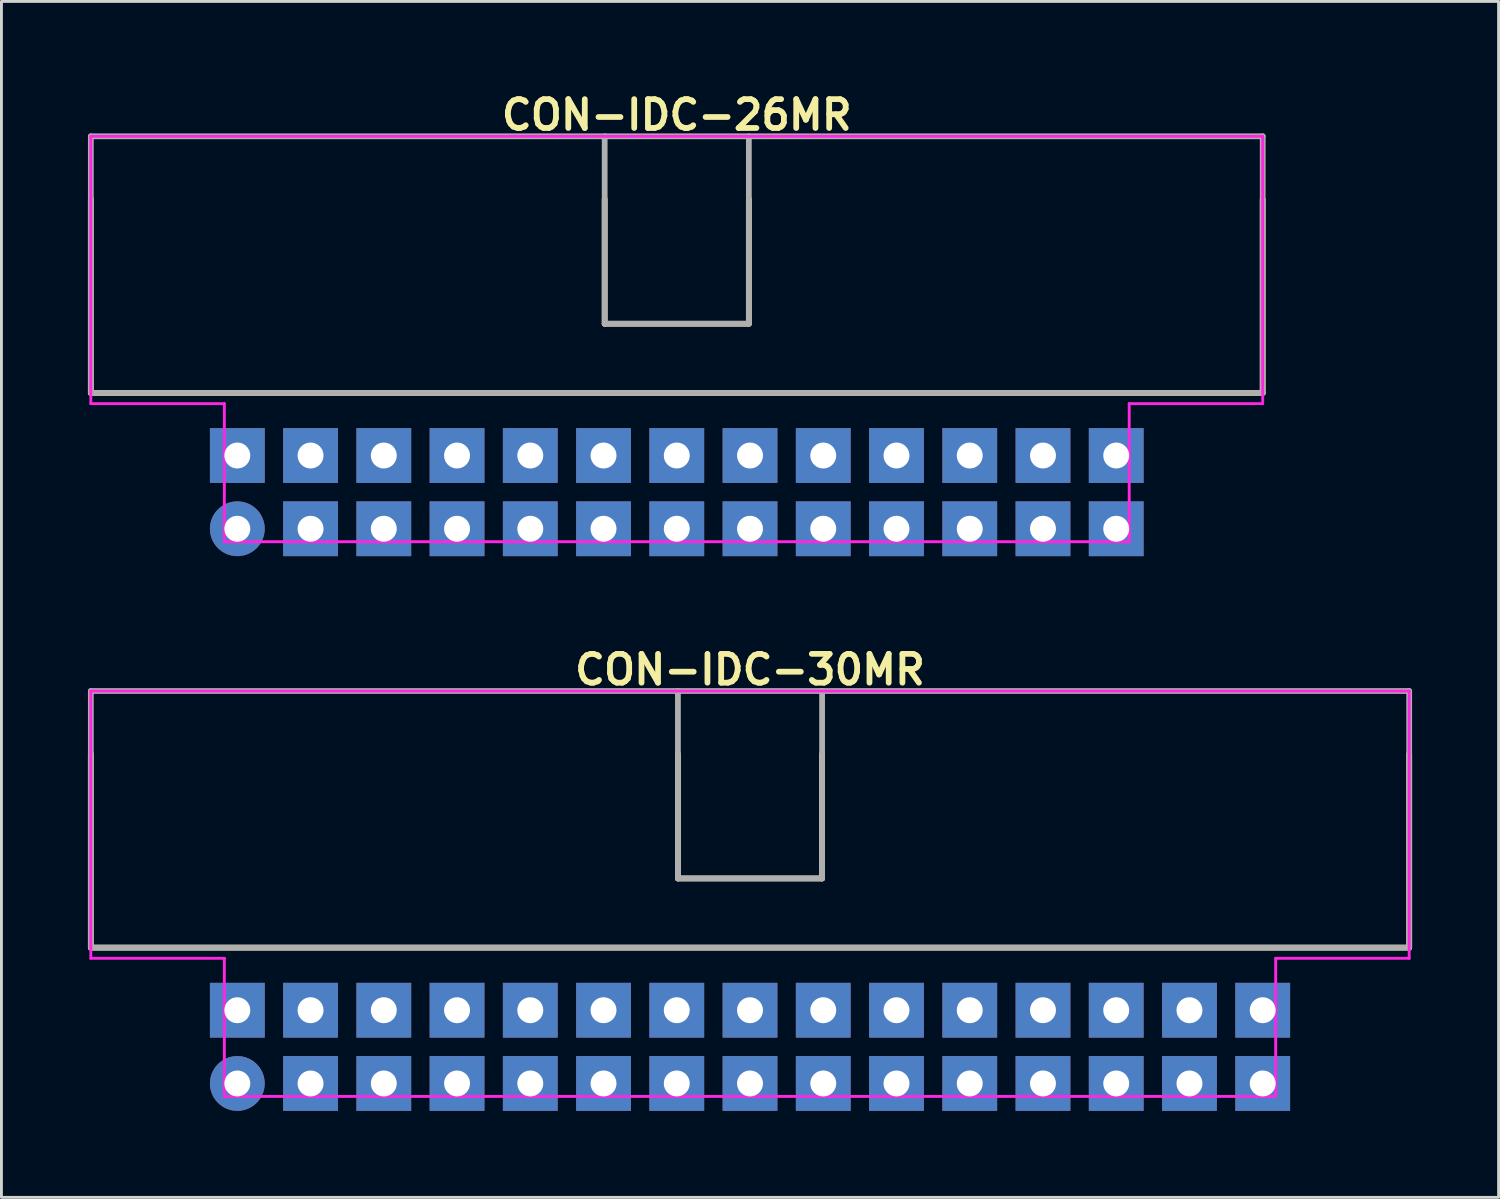
<source format=kicad_pcb>
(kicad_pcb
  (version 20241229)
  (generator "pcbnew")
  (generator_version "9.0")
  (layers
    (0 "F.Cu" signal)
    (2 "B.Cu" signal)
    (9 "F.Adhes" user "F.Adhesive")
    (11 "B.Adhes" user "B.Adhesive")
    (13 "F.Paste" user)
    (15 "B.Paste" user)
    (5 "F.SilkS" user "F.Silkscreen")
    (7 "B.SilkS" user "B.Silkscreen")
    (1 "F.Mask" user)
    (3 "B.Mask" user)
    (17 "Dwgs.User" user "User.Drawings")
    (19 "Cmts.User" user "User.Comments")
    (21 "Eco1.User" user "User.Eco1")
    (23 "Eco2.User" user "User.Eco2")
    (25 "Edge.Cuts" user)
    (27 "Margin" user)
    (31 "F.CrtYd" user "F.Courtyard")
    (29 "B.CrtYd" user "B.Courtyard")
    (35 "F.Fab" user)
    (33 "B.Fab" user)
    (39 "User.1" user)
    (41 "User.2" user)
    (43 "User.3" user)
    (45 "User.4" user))
  (footprint "CON-IDC-26MR"
    (layer "F.Cu")
    (at 20.42 14.017)
    (property "Reference" "CON-IDC-26MR" (at 0 -13.081 0) (layer "F.SilkS") (effects (font (size 1 1) (thickness 0.2))))
    (attr through_hole)
    (fp_line (start -20.32 -10.16) (end -20.32 -3.44) (stroke (width 0.2) (type solid)) (layer "F.SilkS"))
    (fp_line (start -20.32 -3.44) (end 20.32 -3.44) (stroke (width 0.2) (type solid)) (layer "F.SilkS"))
    (fp_line (start -2.5 -10.16) (end -2.5 -5.84) (stroke (width 0.2) (type solid)) (layer "F.SilkS"))
    (fp_line (start -2.5 -5.84) (end 2.5 -5.84) (stroke (width 0.2) (type solid)) (layer "F.SilkS"))
    (fp_line (start 2.5 -10.16) (end 2.5 -5.84) (stroke (width 0.2) (type solid)) (layer "F.SilkS"))
    (fp_line (start 20.32 -10.16) (end 20.32 -3.44) (stroke (width 0.2) (type solid)) (layer "F.SilkS"))
    (fp_line (start -20.32 -12.34) (end -20.32 -3.07) (stroke (width 0.1) (type solid)) (layer "F.CrtYd"))
    (fp_line (start -20.32 -12.34) (end 20.32 -12.34) (stroke (width 0.1) (type solid)) (layer "F.CrtYd"))
    (fp_line (start -20.32 -3.07) (end -15.69 -3.07) (stroke (width 0.1) (type solid)) (layer "F.CrtYd"))
    (fp_line (start -15.69 -3.07) (end -15.69 1.72) (stroke (width 0.1) (type solid)) (layer "F.CrtYd"))
    (fp_line (start -15.69 1.72) (end 15.69 1.72) (stroke (width 0.1) (type solid)) (layer "F.CrtYd"))
    (fp_line (start 15.69 -3.07) (end 15.69 1.72) (stroke (width 0.1) (type solid)) (layer "F.CrtYd"))
    (fp_line (start 15.69 -3.07) (end 20.32 -3.07) (stroke (width 0.1) (type solid)) (layer "F.CrtYd"))
    (fp_line (start 20.32 -12.34) (end 20.32 -3.07) (stroke (width 0.1) (type solid)) (layer "F.CrtYd"))
    (fp_line (start -20.32 -12.34) (end -20.32 -3.44) (stroke (width 0.2) (type solid)) (layer "F.Fab"))
    (fp_line (start -20.32 -12.34) (end 20.32 -12.34) (stroke (width 0.2) (type solid)) (layer "F.Fab"))
    (fp_line (start -20.32 -3.44) (end 20.32 -3.44) (stroke (width 0.2) (type solid)) (layer "F.Fab"))
    (fp_line (start -2.5 -12.34) (end -2.5 -5.84) (stroke (width 0.2) (type solid)) (layer "F.Fab"))
    (fp_line (start -2.5 -5.84) (end 2.5 -5.84) (stroke (width 0.2) (type solid)) (layer "F.Fab"))
    (fp_line (start 2.5 -12.34) (end 2.5 -5.84) (stroke (width 0.2) (type solid)) (layer "F.Fab"))
    (fp_line (start 20.32 -12.34) (end 20.32 -3.44) (stroke (width 0.2) (type solid)) (layer "F.Fab"))
    (pad "1" thru_hole circle (at -15.24 1.27) (size 1.9 1.9) (drill 0.9) (layers "B.Cu" "B.Mask"))
    (pad "2" thru_hole rect (at -15.24 -1.27) (size 1.9 1.9) (drill 0.9) (layers "B.Cu" "B.Mask"))
    (pad "3" thru_hole rect (at -12.7 1.27) (size 1.9 1.9) (drill 0.9) (layers "B.Cu" "B.Mask"))
    (pad "4" thru_hole rect (at -12.7 -1.27) (size 1.9 1.9) (drill 0.9) (layers "B.Cu" "B.Mask"))
    (pad "5" thru_hole rect (at -10.16 1.27) (size 1.9 1.9) (drill 0.9) (layers "B.Cu" "B.Mask"))
    (pad "6" thru_hole rect (at -10.16 -1.27) (size 1.9 1.9) (drill 0.9) (layers "B.Cu" "B.Mask"))
    (pad "7" thru_hole rect (at -7.62 1.27) (size 1.9 1.9) (drill 0.9) (layers "B.Cu" "B.Mask"))
    (pad "8" thru_hole rect (at -7.62 -1.27) (size 1.9 1.9) (drill 0.9) (layers "B.Cu" "B.Mask"))
    (pad "9" thru_hole rect (at -5.08 1.27) (size 1.9 1.9) (drill 0.9) (layers "B.Cu" "B.Mask"))
    (pad "10" thru_hole rect (at -5.08 -1.27) (size 1.9 1.9) (drill 0.9) (layers "B.Cu" "B.Mask"))
    (pad "11" thru_hole rect (at -2.54 1.27) (size 1.9 1.9) (drill 0.9) (layers "B.Cu" "B.Mask"))
    (pad "12" thru_hole rect (at -2.54 -1.27) (size 1.9 1.9) (drill 0.9) (layers "B.Cu" "B.Mask"))
    (pad "13" thru_hole rect (at 0 1.27) (size 1.9 1.9) (drill 0.9) (layers "B.Cu" "B.Mask"))
    (pad "14" thru_hole rect (at 0 -1.27) (size 1.9 1.9) (drill 0.9) (layers "B.Cu" "B.Mask"))
    (pad "15" thru_hole rect (at 2.54 1.27) (size 1.9 1.9) (drill 0.9) (layers "B.Cu" "B.Mask"))
    (pad "16" thru_hole rect (at 2.54 -1.27) (size 1.9 1.9) (drill 0.9) (layers "B.Cu" "B.Mask"))
    (pad "17" thru_hole rect (at 5.08 1.27) (size 1.9 1.9) (drill 0.9) (layers "B.Cu" "B.Mask"))
    (pad "18" thru_hole rect (at 5.08 -1.27) (size 1.9 1.9) (drill 0.9) (layers "B.Cu" "B.Mask"))
    (pad "19" thru_hole rect (at 7.62 1.27) (size 1.9 1.9) (drill 0.9) (layers "B.Cu" "B.Mask"))
    (pad "20" thru_hole rect (at 7.62 -1.27) (size 1.9 1.9) (drill 0.9) (layers "B.Cu" "B.Mask"))
    (pad "21" thru_hole rect (at 10.16 1.27) (size 1.9 1.9) (drill 0.9) (layers "B.Cu" "B.Mask"))
    (pad "22" thru_hole rect (at 10.16 -1.27) (size 1.9 1.9) (drill 0.9) (layers "B.Cu" "B.Mask"))
    (pad "23" thru_hole rect (at 12.7 1.27) (size 1.9 1.9) (drill 0.9) (layers "B.Cu" "B.Mask"))
    (pad "24" thru_hole rect (at 12.7 -1.27) (size 1.9 1.9) (drill 0.9) (layers "B.Cu" "B.Mask"))
    (pad "25" thru_hole rect (at 15.24 1.27) (size 1.9 1.9) (drill 0.9) (layers "B.Cu" "B.Mask"))
    (pad "26" thru_hole rect (at 15.24 -1.27) (size 1.9 1.9) (drill 0.9) (layers "B.Cu" "B.Mask")))
  (footprint "CON-IDC-30MR"
    (layer "F.Cu")
    (at 22.96 33.254)
    (property "Reference" "CON-IDC-30MR" (at 0 -13.081 0) (layer "F.SilkS") (effects (font (size 1 1) (thickness 0.2))))
    (attr through_hole)
    (fp_line (start -22.86 -10.16) (end -22.86 -3.44) (stroke (width 0.2) (type solid)) (layer "F.SilkS"))
    (fp_line (start -22.86 -3.44) (end 22.86 -3.44) (stroke (width 0.2) (type solid)) (layer "F.SilkS"))
    (fp_line (start -2.5 -10.16) (end -2.5 -5.84) (stroke (width 0.2) (type solid)) (layer "F.SilkS"))
    (fp_line (start -2.5 -5.84) (end 2.5 -5.84) (stroke (width 0.2) (type solid)) (layer "F.SilkS"))
    (fp_line (start 2.5 -10.16) (end 2.5 -5.84) (stroke (width 0.2) (type solid)) (layer "F.SilkS"))
    (fp_line (start 22.86 -10.16) (end 22.86 -3.44) (stroke (width 0.2) (type solid)) (layer "F.SilkS"))
    (fp_line (start -22.86 -12.34) (end -22.86 -3.07) (stroke (width 0.1) (type solid)) (layer "F.CrtYd"))
    (fp_line (start -22.86 -12.34) (end 22.86 -12.34) (stroke (width 0.1) (type solid)) (layer "F.CrtYd"))
    (fp_line (start -22.86 -3.07) (end -18.23 -3.07) (stroke (width 0.1) (type solid)) (layer "F.CrtYd"))
    (fp_line (start -18.23 -3.07) (end -18.23 1.72) (stroke (width 0.1) (type solid)) (layer "F.CrtYd"))
    (fp_line (start -18.23 1.72) (end 18.23 1.72) (stroke (width 0.1) (type solid)) (layer "F.CrtYd"))
    (fp_line (start 18.23 -3.07) (end 18.23 1.72) (stroke (width 0.1) (type solid)) (layer "F.CrtYd"))
    (fp_line (start 18.23 -3.07) (end 22.86 -3.07) (stroke (width 0.1) (type solid)) (layer "F.CrtYd"))
    (fp_line (start 22.86 -12.34) (end 22.86 -3.07) (stroke (width 0.1) (type solid)) (layer "F.CrtYd"))
    (fp_line (start -22.86 -12.34) (end -22.86 -3.44) (stroke (width 0.2) (type solid)) (layer "F.Fab"))
    (fp_line (start -22.86 -12.34) (end 22.86 -12.34) (stroke (width 0.2) (type solid)) (layer "F.Fab"))
    (fp_line (start -22.86 -3.44) (end 22.86 -3.44) (stroke (width 0.2) (type solid)) (layer "F.Fab"))
    (fp_line (start -2.5 -12.34) (end -2.5 -5.84) (stroke (width 0.2) (type solid)) (layer "F.Fab"))
    (fp_line (start -2.5 -5.84) (end 2.5 -5.84) (stroke (width 0.2) (type solid)) (layer "F.Fab"))
    (fp_line (start 2.5 -12.34) (end 2.5 -5.84) (stroke (width 0.2) (type solid)) (layer "F.Fab"))
    (fp_line (start 22.86 -12.34) (end 22.86 -3.44) (stroke (width 0.2) (type solid)) (layer "F.Fab"))
    (pad "1" thru_hole circle (at -17.78 1.27) (size 1.9 1.9) (drill 0.9) (layers "B.Cu" "B.Mask"))
    (pad "2" thru_hole rect (at -17.78 -1.27) (size 1.9 1.9) (drill 0.9) (layers "B.Cu" "B.Mask"))
    (pad "3" thru_hole rect (at -15.24 1.27) (size 1.9 1.9) (drill 0.9) (layers "B.Cu" "B.Mask"))
    (pad "4" thru_hole rect (at -15.24 -1.27) (size 1.9 1.9) (drill 0.9) (layers "B.Cu" "B.Mask"))
    (pad "5" thru_hole rect (at -12.7 1.27) (size 1.9 1.9) (drill 0.9) (layers "B.Cu" "B.Mask"))
    (pad "6" thru_hole rect (at -12.7 -1.27) (size 1.9 1.9) (drill 0.9) (layers "B.Cu" "B.Mask"))
    (pad "7" thru_hole rect (at -10.16 1.27) (size 1.9 1.9) (drill 0.9) (layers "B.Cu" "B.Mask"))
    (pad "8" thru_hole rect (at -10.16 -1.27) (size 1.9 1.9) (drill 0.9) (layers "B.Cu" "B.Mask"))
    (pad "9" thru_hole rect (at -7.62 1.27) (size 1.9 1.9) (drill 0.9) (layers "B.Cu" "B.Mask"))
    (pad "10" thru_hole rect (at -7.62 -1.27) (size 1.9 1.9) (drill 0.9) (layers "B.Cu" "B.Mask"))
    (pad "11" thru_hole rect (at -5.08 1.27) (size 1.9 1.9) (drill 0.9) (layers "B.Cu" "B.Mask"))
    (pad "12" thru_hole rect (at -5.08 -1.27) (size 1.9 1.9) (drill 0.9) (layers "B.Cu" "B.Mask"))
    (pad "13" thru_hole rect (at -2.54 1.27) (size 1.9 1.9) (drill 0.9) (layers "B.Cu" "B.Mask"))
    (pad "14" thru_hole rect (at -2.54 -1.27) (size 1.9 1.9) (drill 0.9) (layers "B.Cu" "B.Mask"))
    (pad "15" thru_hole rect (at 0 1.27) (size 1.9 1.9) (drill 0.9) (layers "B.Cu" "B.Mask"))
    (pad "16" thru_hole rect (at 0 -1.27) (size 1.9 1.9) (drill 0.9) (layers "B.Cu" "B.Mask"))
    (pad "17" thru_hole rect (at 2.54 1.27) (size 1.9 1.9) (drill 0.9) (layers "B.Cu" "B.Mask"))
    (pad "18" thru_hole rect (at 2.54 -1.27) (size 1.9 1.9) (drill 0.9) (layers "B.Cu" "B.Mask"))
    (pad "19" thru_hole rect (at 5.08 1.27) (size 1.9 1.9) (drill 0.9) (layers "B.Cu" "B.Mask"))
    (pad "20" thru_hole rect (at 5.08 -1.27) (size 1.9 1.9) (drill 0.9) (layers "B.Cu" "B.Mask"))
    (pad "21" thru_hole rect (at 7.62 1.27) (size 1.9 1.9) (drill 0.9) (layers "B.Cu" "B.Mask"))
    (pad "22" thru_hole rect (at 7.62 -1.27) (size 1.9 1.9) (drill 0.9) (layers "B.Cu" "B.Mask"))
    (pad "23" thru_hole rect (at 10.16 1.27) (size 1.9 1.9) (drill 0.9) (layers "B.Cu" "B.Mask"))
    (pad "24" thru_hole rect (at 10.16 -1.27) (size 1.9 1.9) (drill 0.9) (layers "B.Cu" "B.Mask"))
    (pad "25" thru_hole rect (at 12.7 1.27) (size 1.9 1.9) (drill 0.9) (layers "B.Cu" "B.Mask"))
    (pad "26" thru_hole rect (at 12.7 -1.27) (size 1.9 1.9) (drill 0.9) (layers "B.Cu" "B.Mask"))
    (pad "27" thru_hole rect (at 15.24 1.27) (size 1.9 1.9) (drill 0.9) (layers "B.Cu" "B.Mask"))
    (pad "28" thru_hole rect (at 15.24 -1.27) (size 1.9 1.9) (drill 0.9) (layers "B.Cu" "B.Mask"))
    (pad "29" thru_hole rect (at 17.78 1.27) (size 1.9 1.9) (drill 0.9) (layers "B.Cu" "B.Mask"))
    (pad "30" thru_hole rect (at 17.78 -1.27) (size 1.9 1.9) (drill 0.9) (layers "B.Cu" "B.Mask")))
  (gr_rect
    (start -3 -3)
    (end 48.92 38.474)
    (stroke (width 0.1) (type default))
    (fill no)
    (layer "Edge.Cuts")))
</source>
